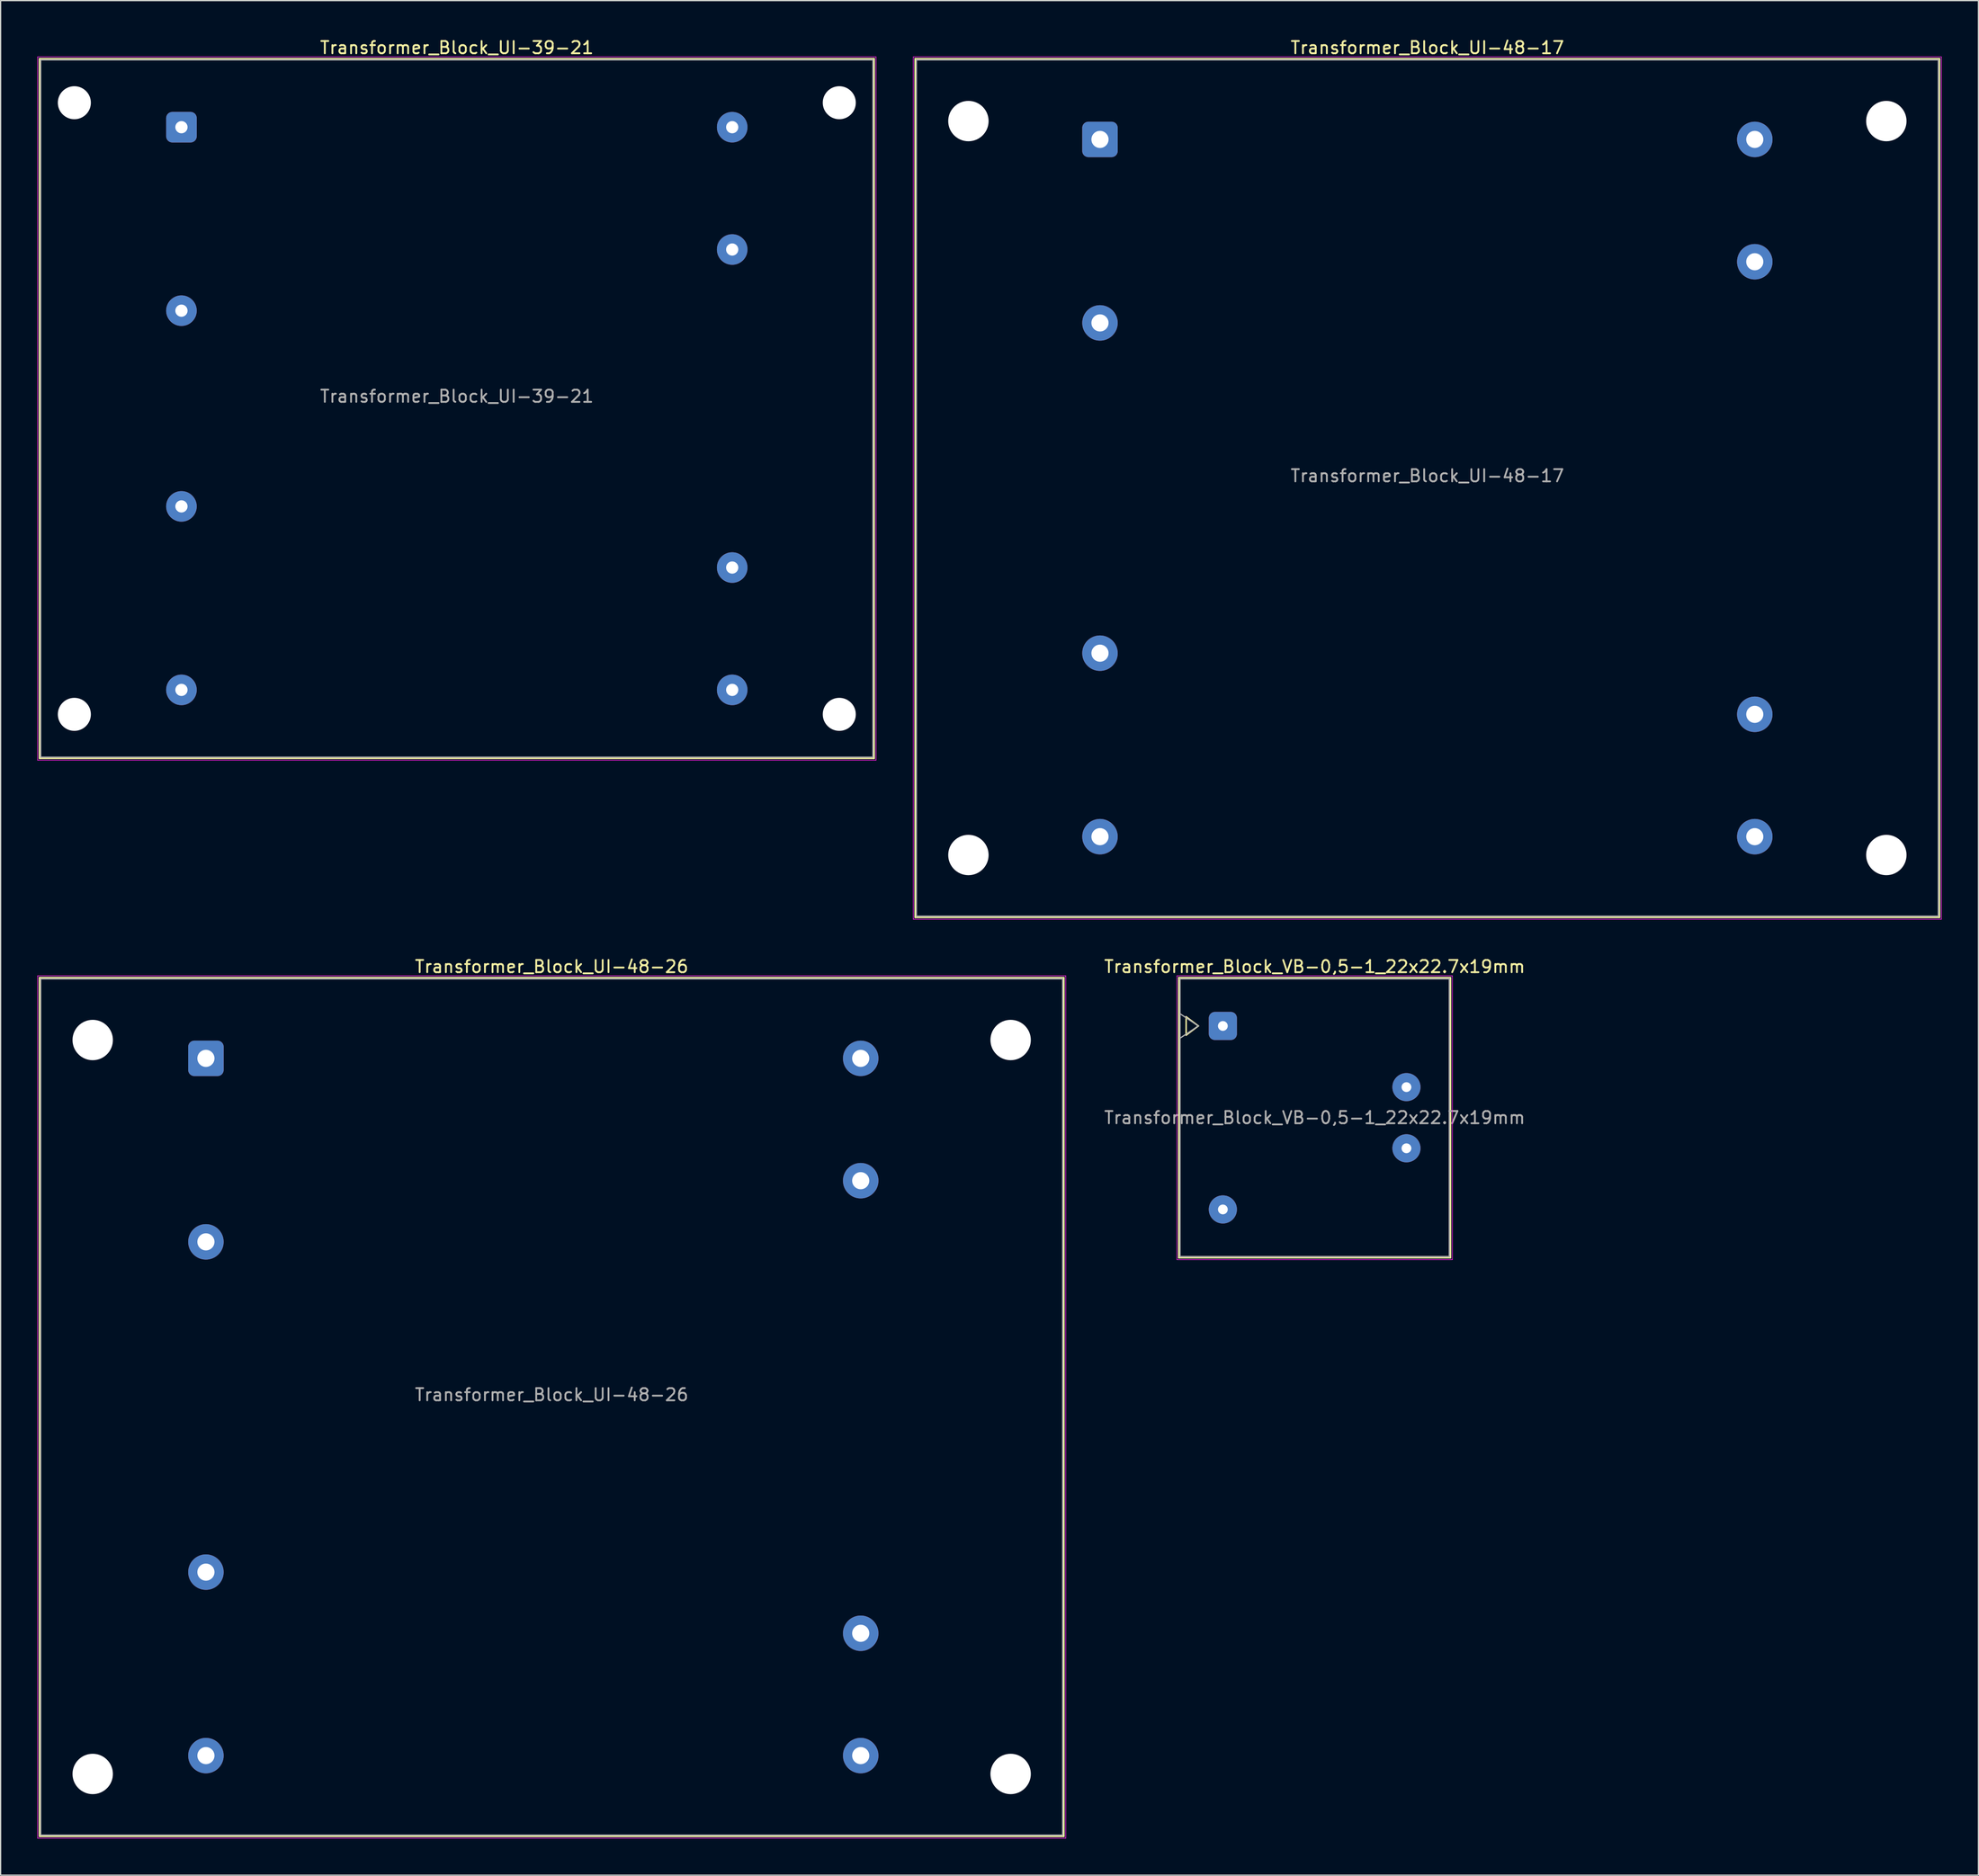
<source format=kicad_pcb>
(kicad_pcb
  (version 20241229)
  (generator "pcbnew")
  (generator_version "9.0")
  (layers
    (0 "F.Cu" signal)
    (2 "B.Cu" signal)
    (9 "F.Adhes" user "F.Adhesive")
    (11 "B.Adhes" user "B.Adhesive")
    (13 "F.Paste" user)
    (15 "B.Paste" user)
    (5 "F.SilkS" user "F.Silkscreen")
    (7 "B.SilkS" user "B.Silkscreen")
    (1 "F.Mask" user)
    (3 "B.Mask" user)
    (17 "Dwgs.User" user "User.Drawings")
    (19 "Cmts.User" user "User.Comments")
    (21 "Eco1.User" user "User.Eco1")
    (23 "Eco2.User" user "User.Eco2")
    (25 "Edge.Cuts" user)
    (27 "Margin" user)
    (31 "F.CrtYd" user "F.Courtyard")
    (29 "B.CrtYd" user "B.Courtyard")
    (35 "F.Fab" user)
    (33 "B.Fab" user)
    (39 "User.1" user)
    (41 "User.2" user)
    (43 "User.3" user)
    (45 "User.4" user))
  (footprint "Transformer_Block_VB-0,5-1_22x22.7x19mm"
    (layer "F.Cu")
    (at 96.865 80.822)
    (property "Reference" "Transformer_Block_VB-0,5-1_22x22.7x19mm" (at 7.5 -4.85 0) (layer "F.SilkS") (effects (font (size 1 1) (thickness 0.15))))
    (attr through_hole)
    (fp_line (start -3.6 -3.95) (end -3.6 18.95) (stroke (width 0.12) (type solid)) (layer "F.SilkS"))
    (fp_line (start -3.6 18.95) (end 18.6 18.95) (stroke (width 0.12) (type solid)) (layer "F.SilkS"))
    (fp_line (start -3 -0.75) (end -2 0) (stroke (width 0.12) (type solid)) (layer "F.SilkS"))
    (fp_line (start -3 0.75) (end -3 -0.75) (stroke (width 0.12) (type solid)) (layer "F.SilkS"))
    (fp_line (start -2 0) (end -3 0.75) (stroke (width 0.12) (type solid)) (layer "F.SilkS"))
    (fp_line (start 18.6 -3.95) (end -3.6 -3.95) (stroke (width 0.12) (type solid)) (layer "F.SilkS"))
    (fp_line (start 18.6 18.95) (end 18.6 -3.95) (stroke (width 0.12) (type solid)) (layer "F.SilkS"))
    (fp_line (start -3.75 -4.1) (end -3.75 19.1) (stroke (width 0.05) (type solid)) (layer "F.CrtYd"))
    (fp_line (start -3.75 19.1) (end 18.75 19.1) (stroke (width 0.05) (type solid)) (layer "F.CrtYd"))
    (fp_line (start 18.75 -4.1) (end -3.75 -4.1) (stroke (width 0.05) (type solid)) (layer "F.CrtYd"))
    (fp_line (start 18.75 19.1) (end 18.75 -4.1) (stroke (width 0.05) (type solid)) (layer "F.CrtYd"))
    (fp_line (start -3.5 -3.85) (end -3.5 18.85) (stroke (width 0.1) (type solid)) (layer "F.Fab"))
    (fp_line (start -3.5 -1) (end -2 0) (stroke (width 0.1) (type solid)) (layer "F.Fab"))
    (fp_line (start -3.5 18.85) (end 18.5 18.85) (stroke (width 0.1) (type solid)) (layer "F.Fab"))
    (fp_line (start -2 0) (end -3.5 1) (stroke (width 0.1) (type solid)) (layer "F.Fab"))
    (fp_line (start 18.5 -3.85) (end -3.5 -3.85) (stroke (width 0.1) (type solid)) (layer "F.Fab"))
    (fp_line (start 18.5 18.85) (end 18.5 -3.85) (stroke (width 0.1) (type solid)) (layer "F.Fab"))
    (fp_text user "${REFERENCE}" (at 7.5 7.5 0) (layer "F.Fab") (effects (font (size 1 1) (thickness 0.15))))
    (pad "1" thru_hole roundrect (at 0 0) (size 2.3 2.3) (drill 0.8) (layers "*.Cu" "*.Mask") (roundrect_rratio 0.217))
    (pad "2" thru_hole circle (at 0 15) (size 2.3 2.3) (drill 0.8) (layers "*.Cu" "*.Mask"))
    (pad "3" thru_hole circle (at 15 10) (size 2.3 2.3) (drill 0.8) (layers "*.Cu" "*.Mask"))
    (pad "4" thru_hole circle (at 15 5) (size 2.3 2.3) (drill 0.8) (layers "*.Cu" "*.Mask")))
  (footprint "Transformer_Block_UI-48-17"
    (layer "F.Cu")
    (at 86.825 8.348)
    (property "Reference" "Transformer_Block_UI-48-17" (at 26.75 -7.5 0) (layer "F.SilkS") (effects (font (size 1 1) (thickness 0.15))))
    (attr through_hole)
    (fp_line (start -15.1 -6.6) (end -15.1 63.6) (stroke (width 0.12) (type solid)) (layer "F.SilkS"))
    (fp_line (start -15.1 63.6) (end 68.6 63.6) (stroke (width 0.12) (type solid)) (layer "F.SilkS"))
    (fp_line (start 68.6 -6.6) (end -15.1 -6.6) (stroke (width 0.12) (type solid)) (layer "F.SilkS"))
    (fp_line (start 68.6 63.6) (end 68.6 -6.6) (stroke (width 0.12) (type solid)) (layer "F.SilkS"))
    (fp_line (start -15.25 -6.75) (end -15.25 63.75) (stroke (width 0.05) (type solid)) (layer "F.CrtYd"))
    (fp_line (start -15.25 63.75) (end 68.75 63.75) (stroke (width 0.05) (type solid)) (layer "F.CrtYd"))
    (fp_line (start 68.75 -6.75) (end -15.25 -6.75) (stroke (width 0.05) (type solid)) (layer "F.CrtYd"))
    (fp_line (start 68.75 63.75) (end 68.75 -6.75) (stroke (width 0.05) (type solid)) (layer "F.CrtYd"))
    (fp_line (start -15 -6.5) (end -15 63.5) (stroke (width 0.1) (type solid)) (layer "F.Fab"))
    (fp_line (start -15 63.5) (end 68.5 63.5) (stroke (width 0.1) (type solid)) (layer "F.Fab"))
    (fp_line (start 68.5 -6.5) (end -15 -6.5) (stroke (width 0.1) (type solid)) (layer "F.Fab"))
    (fp_line (start 68.5 63.5) (end 68.5 -6.5) (stroke (width 0.1) (type solid)) (layer "F.Fab"))
    (fp_text user "${REFERENCE}" (at 26.75 27.5 0) (layer "F.Fab") (effects (font (size 1 1) (thickness 0.15))))
    (pad "" np_thru_hole circle (at -10.75 -1.5) (size 3.3 3.3) (drill 3.3) (layers "*.Cu" "*.Mask"))
    (pad "" np_thru_hole circle (at -10.75 58.5) (size 3.3 3.3) (drill 3.3) (layers "*.Cu" "*.Mask"))
    (pad "" np_thru_hole circle (at 64.25 -1.5) (size 3.3 3.3) (drill 3.3) (layers "*.Cu" "*.Mask"))
    (pad "" np_thru_hole circle (at 64.25 58.5) (size 3.3 3.3) (drill 3.3) (layers "*.Cu" "*.Mask"))
    (pad "1" thru_hole roundrect (at 0 0) (size 2.9 2.9) (drill 1.4) (layers "*.Cu" "*.Mask") (roundrect_rratio 0.172))
    (pad "2" thru_hole circle (at 0 15) (size 2.9 2.9) (drill 1.4) (layers "*.Cu" "*.Mask"))
    (pad "3" thru_hole circle (at 0 42) (size 2.9 2.9) (drill 1.4) (layers "*.Cu" "*.Mask"))
    (pad "4" thru_hole circle (at 0 57) (size 2.9 2.9) (drill 1.4) (layers "*.Cu" "*.Mask"))
    (pad "5" thru_hole circle (at 53.5 57) (size 2.9 2.9) (drill 1.4) (layers "*.Cu" "*.Mask"))
    (pad "6" thru_hole circle (at 53.5 47) (size 2.9 2.9) (drill 1.4) (layers "*.Cu" "*.Mask"))
    (pad "7" thru_hole circle (at 53.5 10) (size 2.9 2.9) (drill 1.4) (layers "*.Cu" "*.Mask"))
    (pad "8" thru_hole circle (at 53.5 0) (size 2.9 2.9) (drill 1.4) (layers "*.Cu" "*.Mask")))
  (footprint "Transformer_Block_UI-39-21"
    (layer "F.Cu")
    (at 11.775 7.348)
    (property "Reference" "Transformer_Block_UI-39-21" (at 22.5 -6.5 0) (layer "F.SilkS") (effects (font (size 1 1) (thickness 0.15))))
    (attr through_hole)
    (fp_line (start -11.6 -5.6) (end -11.6 51.6) (stroke (width 0.12) (type solid)) (layer "F.SilkS"))
    (fp_line (start -11.6 51.6) (end 56.6 51.6) (stroke (width 0.12) (type solid)) (layer "F.SilkS"))
    (fp_line (start 56.6 -5.6) (end -11.6 -5.6) (stroke (width 0.12) (type solid)) (layer "F.SilkS"))
    (fp_line (start 56.6 51.6) (end 56.6 -5.6) (stroke (width 0.12) (type solid)) (layer "F.SilkS"))
    (fp_line (start -11.75 -5.75) (end -11.75 51.75) (stroke (width 0.05) (type solid)) (layer "F.CrtYd"))
    (fp_line (start -11.75 51.75) (end 56.75 51.75) (stroke (width 0.05) (type solid)) (layer "F.CrtYd"))
    (fp_line (start 56.75 -5.75) (end -11.75 -5.75) (stroke (width 0.05) (type solid)) (layer "F.CrtYd"))
    (fp_line (start 56.75 51.75) (end 56.75 -5.75) (stroke (width 0.05) (type solid)) (layer "F.CrtYd"))
    (fp_line (start -11.5 -5.5) (end -11.5 51.5) (stroke (width 0.1) (type solid)) (layer "F.Fab"))
    (fp_line (start -11.5 51.5) (end 56.5 51.5) (stroke (width 0.1) (type solid)) (layer "F.Fab"))
    (fp_line (start 56.5 -5.5) (end -11.5 -5.5) (stroke (width 0.1) (type solid)) (layer "F.Fab"))
    (fp_line (start 56.5 51.5) (end 56.5 -5.5) (stroke (width 0.1) (type solid)) (layer "F.Fab"))
    (fp_text user "${REFERENCE}" (at 22.5 22 0) (layer "F.Fab") (effects (font (size 1 1) (thickness 0.15))))
    (pad "" np_thru_hole circle (at -8.75 -2) (size 2.7 2.7) (drill 2.7) (layers "*.Cu" "*.Mask"))
    (pad "" np_thru_hole circle (at -8.75 48) (size 2.7 2.7) (drill 2.7) (layers "*.Cu" "*.Mask"))
    (pad "" np_thru_hole circle (at 53.75 -2) (size 2.7 2.7) (drill 2.7) (layers "*.Cu" "*.Mask"))
    (pad "" np_thru_hole circle (at 53.75 48) (size 2.7 2.7) (drill 2.7) (layers "*.Cu" "*.Mask"))
    (pad "1" thru_hole roundrect (at 0 0) (size 2.5 2.5) (drill 1) (layers "*.Cu" "*.Mask") (roundrect_rratio 0.2))
    (pad "2" thru_hole circle (at 0 15) (size 2.5 2.5) (drill 1) (layers "*.Cu" "*.Mask"))
    (pad "3" thru_hole circle (at 0 31) (size 2.5 2.5) (drill 1) (layers "*.Cu" "*.Mask"))
    (pad "4" thru_hole circle (at 0 46) (size 2.5 2.5) (drill 1) (layers "*.Cu" "*.Mask"))
    (pad "5" thru_hole circle (at 45 46) (size 2.5 2.5) (drill 1) (layers "*.Cu" "*.Mask"))
    (pad "6" thru_hole circle (at 45 36) (size 2.5 2.5) (drill 1) (layers "*.Cu" "*.Mask"))
    (pad "7" thru_hole circle (at 45 10) (size 2.5 2.5) (drill 1) (layers "*.Cu" "*.Mask"))
    (pad "8" thru_hole circle (at 45 0) (size 2.5 2.5) (drill 1) (layers "*.Cu" "*.Mask")))
  (footprint "Transformer_Block_UI-48-26"
    (layer "F.Cu")
    (at 13.775 83.472)
    (property "Reference" "Transformer_Block_UI-48-26" (at 28.25 -7.5 0) (layer "F.SilkS") (effects (font (size 1 1) (thickness 0.15))))
    (attr through_hole)
    (fp_line (start -13.6 -6.6) (end -13.6 63.6) (stroke (width 0.12) (type solid)) (layer "F.SilkS"))
    (fp_line (start -13.6 63.6) (end 70.1 63.6) (stroke (width 0.12) (type solid)) (layer "F.SilkS"))
    (fp_line (start 70.1 -6.6) (end -13.6 -6.6) (stroke (width 0.12) (type solid)) (layer "F.SilkS"))
    (fp_line (start 70.1 63.6) (end 70.1 -6.6) (stroke (width 0.12) (type solid)) (layer "F.SilkS"))
    (fp_line (start -13.75 -6.75) (end -13.75 63.75) (stroke (width 0.05) (type solid)) (layer "F.CrtYd"))
    (fp_line (start -13.75 63.75) (end 70.25 63.75) (stroke (width 0.05) (type solid)) (layer "F.CrtYd"))
    (fp_line (start 70.25 -6.75) (end -13.75 -6.75) (stroke (width 0.05) (type solid)) (layer "F.CrtYd"))
    (fp_line (start 70.25 63.75) (end 70.25 -6.75) (stroke (width 0.05) (type solid)) (layer "F.CrtYd"))
    (fp_line (start -13.5 -6.5) (end -13.5 63.5) (stroke (width 0.1) (type solid)) (layer "F.Fab"))
    (fp_line (start -13.5 63.5) (end 70 63.5) (stroke (width 0.1) (type solid)) (layer "F.Fab"))
    (fp_line (start 70 -6.5) (end -13.5 -6.5) (stroke (width 0.1) (type solid)) (layer "F.Fab"))
    (fp_line (start 70 63.5) (end 70 -6.5) (stroke (width 0.1) (type solid)) (layer "F.Fab"))
    (fp_text user "${REFERENCE}" (at 28.25 27.5 0) (layer "F.Fab") (effects (font (size 1 1) (thickness 0.15))))
    (pad "" np_thru_hole circle (at -9.25 -1.5) (size 3.3 3.3) (drill 3.3) (layers "*.Cu" "*.Mask"))
    (pad "" np_thru_hole circle (at -9.25 58.5) (size 3.3 3.3) (drill 3.3) (layers "*.Cu" "*.Mask"))
    (pad "" np_thru_hole circle (at 65.75 -1.5) (size 3.3 3.3) (drill 3.3) (layers "*.Cu" "*.Mask"))
    (pad "" np_thru_hole circle (at 65.75 58.5) (size 3.3 3.3) (drill 3.3) (layers "*.Cu" "*.Mask"))
    (pad "1" thru_hole roundrect (at 0 0) (size 2.9 2.9) (drill 1.4) (layers "*.Cu" "*.Mask") (roundrect_rratio 0.172))
    (pad "2" thru_hole circle (at 0 15) (size 2.9 2.9) (drill 1.4) (layers "*.Cu" "*.Mask"))
    (pad "3" thru_hole circle (at 0 42) (size 2.9 2.9) (drill 1.4) (layers "*.Cu" "*.Mask"))
    (pad "4" thru_hole circle (at 0 57) (size 2.9 2.9) (drill 1.4) (layers "*.Cu" "*.Mask"))
    (pad "5" thru_hole circle (at 53.5 57) (size 2.9 2.9) (drill 1.4) (layers "*.Cu" "*.Mask"))
    (pad "6" thru_hole circle (at 53.5 47) (size 2.9 2.9) (drill 1.4) (layers "*.Cu" "*.Mask"))
    (pad "7" thru_hole circle (at 53.5 10) (size 2.9 2.9) (drill 1.4) (layers "*.Cu" "*.Mask"))
    (pad "8" thru_hole circle (at 53.5 0) (size 2.9 2.9) (drill 1.4) (layers "*.Cu" "*.Mask")))
  (gr_rect
    (start -3 -3)
    (end 158.6 150.246)
    (stroke (width 0.1) (type default))
    (fill no)
    (layer "Edge.Cuts")))
</source>
